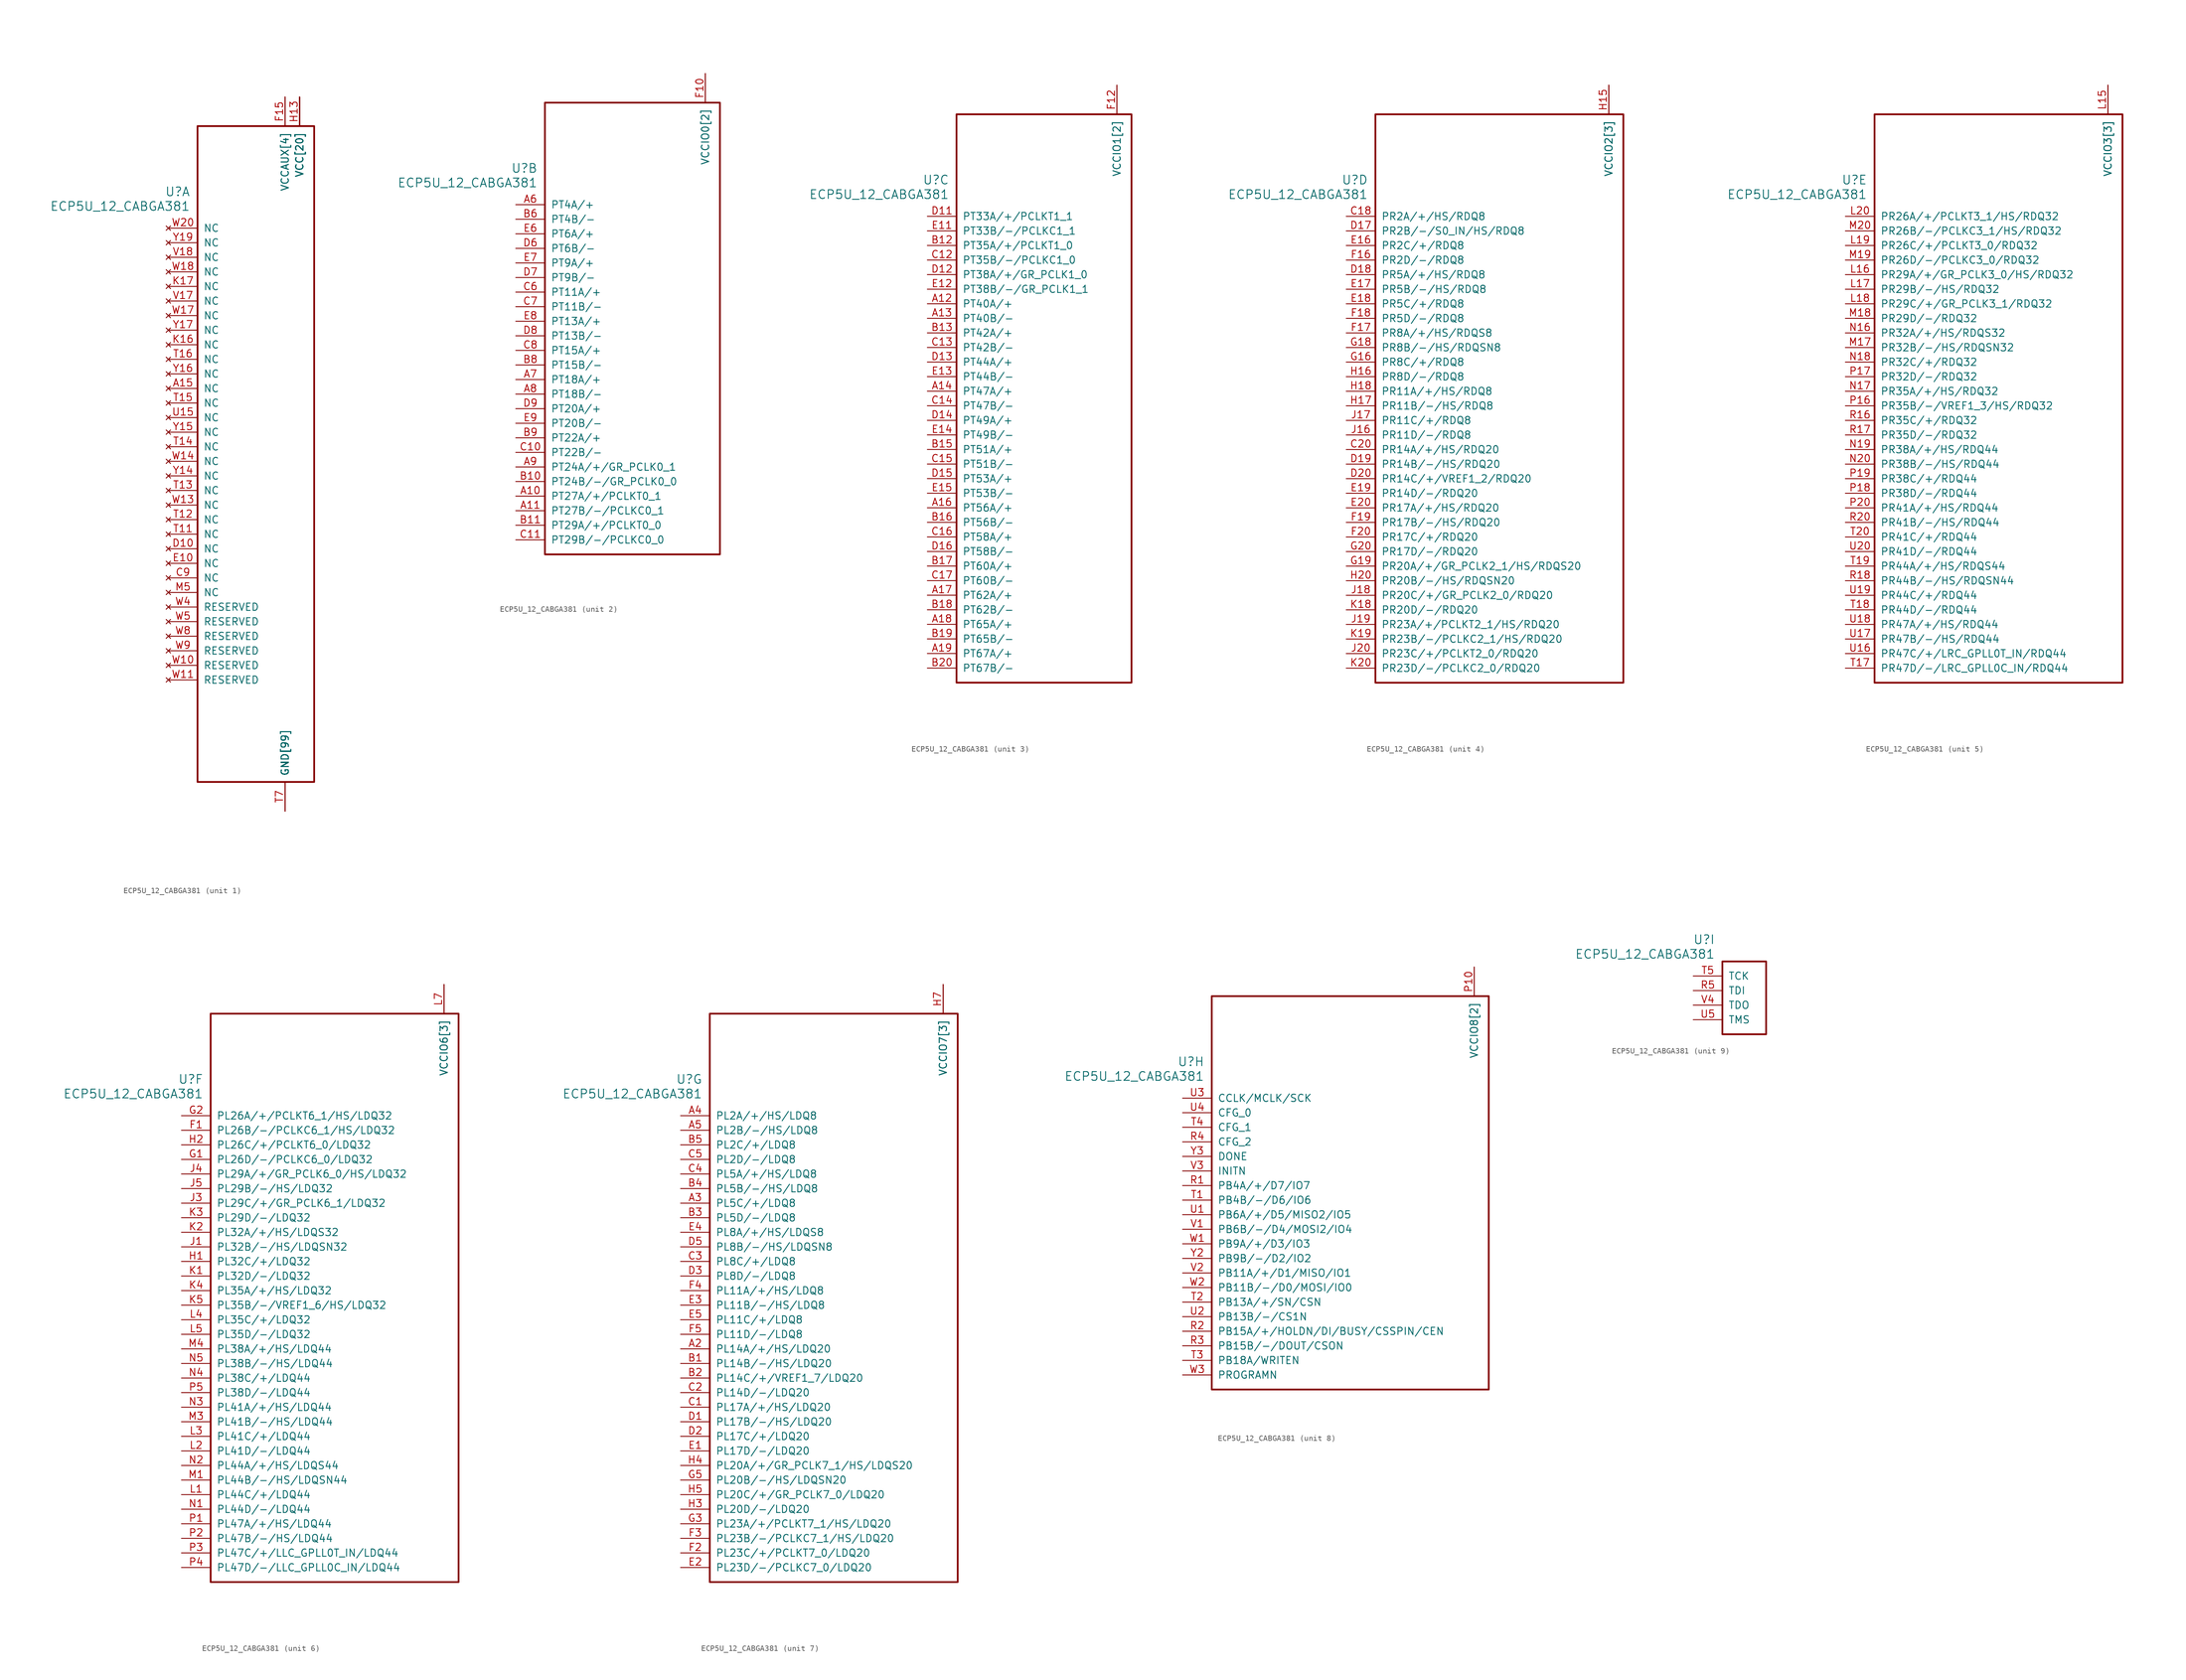
<source format=kicad_sym>
(kicad_symbol_lib
  (version 20211014)
  (generator kicad_symbol_editor)
  (symbol "ECP5U_12_CABGA381"
    (pin_names
      (offset 1.016))
    (property "Reference" "U"
      (at 3.81 6.35 0)
      (effects (font (size 1.524 1.524)) (justify right)))
    (property "Value" "ECP5U_12_CABGA381"
      (at 3.81 3.81 0)
      (effects (font (size 1.524 1.524)) (justify right)))
    (property "ki_locked" ""
      (at 0 0 0)
      (effects (font (size 1.27 1.27))))
    (symbol "ECP5U_12_CABGA381_1_1"
      (rectangle (start 5.08 17.78) (end 25.4 -96.52) (stroke (width 0.305) (type default) (color 0 0 0 0)) (fill (type none)))
      (pin no_connect line (at 0 -27.94 0) (length 5.08) (name "NC" (effects (font (size 1.27 1.27)))) (number "A15" (effects (font (size 1.27 1.27)))))
      (pin power_in line (at 20.32 -101.6 90) (length 5.08) (name "GND[99]" (effects (font (size 1.27 1.27)))) (number "B14" (effects (font (size 0 0)))))
      (pin power_in line (at 20.32 -101.6 90) (length 5.08) (name "GND[99]" (effects (font (size 1.27 1.27)))) (number "B7" (effects (font (size 0 0)))))
      (pin power_in line (at 20.32 -101.6 90) (length 5.08) (name "GND[99]" (effects (font (size 1.27 1.27)))) (number "C19" (effects (font (size 0 0)))))
      (pin no_connect line (at 0 -60.96 0) (length 5.08) (name "NC" (effects (font (size 1.27 1.27)))) (number "C9" (effects (font (size 1.27 1.27)))))
      (pin no_connect line (at 0 -55.88 0) (length 5.08) (name "NC" (effects (font (size 1.27 1.27)))) (number "D10" (effects (font (size 1.27 1.27)))))
      (pin power_in line (at 20.32 -101.6 90) (length 5.08) (name "GND[99]" (effects (font (size 1.27 1.27)))) (number "D4" (effects (font (size 0 0)))))
      (pin no_connect line (at 0 -58.42 0) (length 5.08) (name "NC" (effects (font (size 1.27 1.27)))) (number "E10" (effects (font (size 1.27 1.27)))))
      (pin power_in line (at 20.32 -101.6 90) (length 5.08) (name "GND[99]" (effects (font (size 1.27 1.27)))) (number "F13" (effects (font (size 0 0)))))
      (pin power_in line (at 20.32 -101.6 90) (length 5.08) (name "GND[99]" (effects (font (size 1.27 1.27)))) (number "F14" (effects (font (size 0 0)))))
      (pin power_in line (at 20.32 22.86 270) (length 5.08) (name "VCCAUX[4]" (effects (font (size 1.27 1.27)))) (number "F15" (effects (font (size 1.27 1.27)))))
      (pin power_in line (at 20.32 22.86 270) (length 5.08) (name "VCCAUX[4]" (effects (font (size 1.27 1.27)))) (number "F6" (effects (font (size 0 0)))))
      (pin power_in line (at 20.32 -101.6 90) (length 5.08) (name "GND[99]" (effects (font (size 1.27 1.27)))) (number "F7" (effects (font (size 0 0)))))
      (pin power_in line (at 20.32 -101.6 90) (length 5.08) (name "GND[99]" (effects (font (size 1.27 1.27)))) (number "F8" (effects (font (size 0 0)))))
      (pin power_in line (at 20.32 -101.6 90) (length 5.08) (name "GND[99]" (effects (font (size 1.27 1.27)))) (number "G10" (effects (font (size 0 0)))))
      (pin power_in line (at 20.32 -101.6 90) (length 5.08) (name "GND[99]" (effects (font (size 1.27 1.27)))) (number "G11" (effects (font (size 0 0)))))
      (pin power_in line (at 20.32 -101.6 90) (length 5.08) (name "GND[99]" (effects (font (size 1.27 1.27)))) (number "G12" (effects (font (size 0 0)))))
      (pin power_in line (at 20.32 -101.6 90) (length 5.08) (name "GND[99]" (effects (font (size 1.27 1.27)))) (number "G13" (effects (font (size 0 0)))))
      (pin power_in line (at 20.32 -101.6 90) (length 5.08) (name "GND[99]" (effects (font (size 1.27 1.27)))) (number "G14" (effects (font (size 0 0)))))
      (pin power_in line (at 20.32 -101.6 90) (length 5.08) (name "GND[99]" (effects (font (size 1.27 1.27)))) (number "G15" (effects (font (size 0 0)))))
      (pin power_in line (at 20.32 -101.6 90) (length 5.08) (name "GND[99]" (effects (font (size 1.27 1.27)))) (number "G17" (effects (font (size 0 0)))))
      (pin power_in line (at 20.32 -101.6 90) (length 5.08) (name "GND[99]" (effects (font (size 1.27 1.27)))) (number "G4" (effects (font (size 0 0)))))
      (pin power_in line (at 20.32 -101.6 90) (length 5.08) (name "GND[99]" (effects (font (size 1.27 1.27)))) (number "G6" (effects (font (size 0 0)))))
      (pin power_in line (at 20.32 -101.6 90) (length 5.08) (name "GND[99]" (effects (font (size 1.27 1.27)))) (number "G7" (effects (font (size 0 0)))))
      (pin power_in line (at 20.32 -101.6 90) (length 5.08) (name "GND[99]" (effects (font (size 1.27 1.27)))) (number "G8" (effects (font (size 0 0)))))
      (pin power_in line (at 20.32 -101.6 90) (length 5.08) (name "GND[99]" (effects (font (size 1.27 1.27)))) (number "G9" (effects (font (size 0 0)))))
      (pin power_in line (at 22.86 22.86 270) (length 5.08) (name "VCC[20]" (effects (font (size 1.27 1.27)))) (number "H10" (effects (font (size 0 0)))))
      (pin power_in line (at 22.86 22.86 270) (length 5.08) (name "VCC[20]" (effects (font (size 1.27 1.27)))) (number "H11" (effects (font (size 0 0)))))
      (pin power_in line (at 22.86 22.86 270) (length 5.08) (name "VCC[20]" (effects (font (size 1.27 1.27)))) (number "H12" (effects (font (size 0 0)))))
      (pin power_in line (at 22.86 22.86 270) (length 5.08) (name "VCC[20]" (effects (font (size 1.27 1.27)))) (number "H13" (effects (font (size 1.27 1.27)))))
      (pin power_in line (at 20.32 -101.6 90) (length 5.08) (name "GND[99]" (effects (font (size 1.27 1.27)))) (number "H19" (effects (font (size 0 0)))))
      (pin power_in line (at 22.86 22.86 270) (length 5.08) (name "VCC[20]" (effects (font (size 1.27 1.27)))) (number "H8" (effects (font (size 0 0)))))
      (pin power_in line (at 22.86 22.86 270) (length 5.08) (name "VCC[20]" (effects (font (size 1.27 1.27)))) (number "H9" (effects (font (size 0 0)))))
      (pin power_in line (at 20.32 -101.6 90) (length 5.08) (name "GND[99]" (effects (font (size 1.27 1.27)))) (number "J10" (effects (font (size 0 0)))))
      (pin power_in line (at 20.32 -101.6 90) (length 5.08) (name "GND[99]" (effects (font (size 1.27 1.27)))) (number "J11" (effects (font (size 0 0)))))
      (pin power_in line (at 20.32 -101.6 90) (length 5.08) (name "GND[99]" (effects (font (size 1.27 1.27)))) (number "J12" (effects (font (size 0 0)))))
      (pin power_in line (at 22.86 22.86 270) (length 5.08) (name "VCC[20]" (effects (font (size 1.27 1.27)))) (number "J13" (effects (font (size 0 0)))))
      (pin power_in line (at 20.32 -101.6 90) (length 5.08) (name "GND[99]" (effects (font (size 1.27 1.27)))) (number "J14" (effects (font (size 0 0)))))
      (pin power_in line (at 20.32 -101.6 90) (length 5.08) (name "GND[99]" (effects (font (size 1.27 1.27)))) (number "J2" (effects (font (size 0 0)))))
      (pin power_in line (at 20.32 -101.6 90) (length 5.08) (name "GND[99]" (effects (font (size 1.27 1.27)))) (number "J7" (effects (font (size 0 0)))))
      (pin power_in line (at 22.86 22.86 270) (length 5.08) (name "VCC[20]" (effects (font (size 1.27 1.27)))) (number "J8" (effects (font (size 0 0)))))
      (pin power_in line (at 20.32 -101.6 90) (length 5.08) (name "GND[99]" (effects (font (size 1.27 1.27)))) (number "J9" (effects (font (size 0 0)))))
      (pin power_in line (at 20.32 -101.6 90) (length 5.08) (name "GND[99]" (effects (font (size 1.27 1.27)))) (number "K10" (effects (font (size 0 0)))))
      (pin power_in line (at 20.32 -101.6 90) (length 5.08) (name "GND[99]" (effects (font (size 1.27 1.27)))) (number "K11" (effects (font (size 0 0)))))
      (pin power_in line (at 20.32 -101.6 90) (length 5.08) (name "GND[99]" (effects (font (size 1.27 1.27)))) (number "K12" (effects (font (size 0 0)))))
      (pin power_in line (at 22.86 22.86 270) (length 5.08) (name "VCC[20]" (effects (font (size 1.27 1.27)))) (number "K13" (effects (font (size 0 0)))))
      (pin power_in line (at 20.32 -101.6 90) (length 5.08) (name "GND[99]" (effects (font (size 1.27 1.27)))) (number "K14" (effects (font (size 0 0)))))
      (pin power_in line (at 20.32 -101.6 90) (length 5.08) (name "GND[99]" (effects (font (size 1.27 1.27)))) (number "K15" (effects (font (size 0 0)))))
      (pin no_connect line (at 0 -20.32 0) (length 5.08) (name "NC" (effects (font (size 1.27 1.27)))) (number "K16" (effects (font (size 1.27 1.27)))))
      (pin no_connect line (at 0 -10.16 0) (length 5.08) (name "NC" (effects (font (size 1.27 1.27)))) (number "K17" (effects (font (size 1.27 1.27)))))
      (pin power_in line (at 20.32 -101.6 90) (length 5.08) (name "GND[99]" (effects (font (size 1.27 1.27)))) (number "K6" (effects (font (size 0 0)))))
      (pin power_in line (at 20.32 -101.6 90) (length 5.08) (name "GND[99]" (effects (font (size 1.27 1.27)))) (number "K7" (effects (font (size 0 0)))))
      (pin power_in line (at 22.86 22.86 270) (length 5.08) (name "VCC[20]" (effects (font (size 1.27 1.27)))) (number "K8" (effects (font (size 0 0)))))
      (pin power_in line (at 20.32 -101.6 90) (length 5.08) (name "GND[99]" (effects (font (size 1.27 1.27)))) (number "K9" (effects (font (size 0 0)))))
      (pin power_in line (at 20.32 -101.6 90) (length 5.08) (name "GND[99]" (effects (font (size 1.27 1.27)))) (number "L10" (effects (font (size 0 0)))))
      (pin power_in line (at 20.32 -101.6 90) (length 5.08) (name "GND[99]" (effects (font (size 1.27 1.27)))) (number "L11" (effects (font (size 0 0)))))
      (pin power_in line (at 20.32 -101.6 90) (length 5.08) (name "GND[99]" (effects (font (size 1.27 1.27)))) (number "L12" (effects (font (size 0 0)))))
      (pin power_in line (at 22.86 22.86 270) (length 5.08) (name "VCC[20]" (effects (font (size 1.27 1.27)))) (number "L13" (effects (font (size 0 0)))))
      (pin power_in line (at 22.86 22.86 270) (length 5.08) (name "VCC[20]" (effects (font (size 1.27 1.27)))) (number "L8" (effects (font (size 0 0)))))
      (pin power_in line (at 20.32 -101.6 90) (length 5.08) (name "GND[99]" (effects (font (size 1.27 1.27)))) (number "L9" (effects (font (size 0 0)))))
      (pin power_in line (at 20.32 -101.6 90) (length 5.08) (name "GND[99]" (effects (font (size 1.27 1.27)))) (number "M10" (effects (font (size 0 0)))))
      (pin power_in line (at 20.32 -101.6 90) (length 5.08) (name "GND[99]" (effects (font (size 1.27 1.27)))) (number "M11" (effects (font (size 0 0)))))
      (pin power_in line (at 20.32 -101.6 90) (length 5.08) (name "GND[99]" (effects (font (size 1.27 1.27)))) (number "M12" (effects (font (size 0 0)))))
      (pin power_in line (at 22.86 22.86 270) (length 5.08) (name "VCC[20]" (effects (font (size 1.27 1.27)))) (number "M13" (effects (font (size 0 0)))))
      (pin power_in line (at 20.32 -101.6 90) (length 5.08) (name "GND[99]" (effects (font (size 1.27 1.27)))) (number "M14" (effects (font (size 0 0)))))
      (pin power_in line (at 20.32 -101.6 90) (length 5.08) (name "GND[99]" (effects (font (size 1.27 1.27)))) (number "M16" (effects (font (size 0 0)))))
      (pin power_in line (at 20.32 -101.6 90) (length 5.08) (name "GND[99]" (effects (font (size 1.27 1.27)))) (number "M2" (effects (font (size 0 0)))))
      (pin no_connect line (at 0 -63.5 0) (length 5.08) (name "NC" (effects (font (size 1.27 1.27)))) (number "M5" (effects (font (size 1.27 1.27)))))
      (pin power_in line (at 20.32 -101.6 90) (length 5.08) (name "GND[99]" (effects (font (size 1.27 1.27)))) (number "M7" (effects (font (size 0 0)))))
      (pin power_in line (at 22.86 22.86 270) (length 5.08) (name "VCC[20]" (effects (font (size 1.27 1.27)))) (number "M8" (effects (font (size 0 0)))))
      (pin power_in line (at 20.32 -101.6 90) (length 5.08) (name "GND[99]" (effects (font (size 1.27 1.27)))) (number "M9" (effects (font (size 0 0)))))
      (pin power_in line (at 22.86 22.86 270) (length 5.08) (name "VCC[20]" (effects (font (size 1.27 1.27)))) (number "N10" (effects (font (size 0 0)))))
      (pin power_in line (at 22.86 22.86 270) (length 5.08) (name "VCC[20]" (effects (font (size 1.27 1.27)))) (number "N11" (effects (font (size 0 0)))))
      (pin power_in line (at 22.86 22.86 270) (length 5.08) (name "VCC[20]" (effects (font (size 1.27 1.27)))) (number "N12" (effects (font (size 0 0)))))
      (pin power_in line (at 22.86 22.86 270) (length 5.08) (name "VCC[20]" (effects (font (size 1.27 1.27)))) (number "N13" (effects (font (size 0 0)))))
      (pin power_in line (at 20.32 -101.6 90) (length 5.08) (name "GND[99]" (effects (font (size 1.27 1.27)))) (number "N14" (effects (font (size 0 0)))))
      (pin power_in line (at 20.32 -101.6 90) (length 5.08) (name "GND[99]" (effects (font (size 1.27 1.27)))) (number "N15" (effects (font (size 0 0)))))
      (pin power_in line (at 20.32 -101.6 90) (length 5.08) (name "GND[99]" (effects (font (size 1.27 1.27)))) (number "N6" (effects (font (size 0 0)))))
      (pin power_in line (at 20.32 -101.6 90) (length 5.08) (name "GND[99]" (effects (font (size 1.27 1.27)))) (number "N7" (effects (font (size 0 0)))))
      (pin power_in line (at 22.86 22.86 270) (length 5.08) (name "VCC[20]" (effects (font (size 1.27 1.27)))) (number "N8" (effects (font (size 0 0)))))
      (pin power_in line (at 22.86 22.86 270) (length 5.08) (name "VCC[20]" (effects (font (size 1.27 1.27)))) (number "N9" (effects (font (size 0 0)))))
      (pin power_in line (at 20.32 -101.6 90) (length 5.08) (name "GND[99]" (effects (font (size 1.27 1.27)))) (number "P11" (effects (font (size 0 0)))))
      (pin power_in line (at 20.32 -101.6 90) (length 5.08) (name "GND[99]" (effects (font (size 1.27 1.27)))) (number "P12" (effects (font (size 0 0)))))
      (pin power_in line (at 20.32 -101.6 90) (length 5.08) (name "GND[99]" (effects (font (size 1.27 1.27)))) (number "P13" (effects (font (size 0 0)))))
      (pin power_in line (at 20.32 -101.6 90) (length 5.08) (name "GND[99]" (effects (font (size 1.27 1.27)))) (number "P14" (effects (font (size 0 0)))))
      (pin power_in line (at 20.32 22.86 270) (length 5.08) (name "VCCAUX[4]" (effects (font (size 1.27 1.27)))) (number "P15" (effects (font (size 0 0)))))
      (pin power_in line (at 20.32 22.86 270) (length 5.08) (name "VCCAUX[4]" (effects (font (size 1.27 1.27)))) (number "P6" (effects (font (size 0 0)))))
      (pin power_in line (at 20.32 -101.6 90) (length 5.08) (name "GND[99]" (effects (font (size 1.27 1.27)))) (number "P7" (effects (font (size 0 0)))))
      (pin power_in line (at 20.32 -101.6 90) (length 5.08) (name "GND[99]" (effects (font (size 1.27 1.27)))) (number "P8" (effects (font (size 0 0)))))
      (pin power_in line (at 20.32 -101.6 90) (length 5.08) (name "GND[99]" (effects (font (size 1.27 1.27)))) (number "R19" (effects (font (size 0 0)))))
      (pin power_in line (at 20.32 -101.6 90) (length 5.08) (name "GND[99]" (effects (font (size 1.27 1.27)))) (number "T10" (effects (font (size 0 0)))))
      (pin no_connect line (at 0 -53.34 0) (length 5.08) (name "NC" (effects (font (size 1.27 1.27)))) (number "T11" (effects (font (size 1.27 1.27)))))
      (pin no_connect line (at 0 -50.8 0) (length 5.08) (name "NC" (effects (font (size 1.27 1.27)))) (number "T12" (effects (font (size 1.27 1.27)))))
      (pin no_connect line (at 0 -45.72 0) (length 5.08) (name "NC" (effects (font (size 1.27 1.27)))) (number "T13" (effects (font (size 1.27 1.27)))))
      (pin no_connect line (at 0 -38.1 0) (length 5.08) (name "NC" (effects (font (size 1.27 1.27)))) (number "T14" (effects (font (size 1.27 1.27)))))
      (pin no_connect line (at 0 -30.48 0) (length 5.08) (name "NC" (effects (font (size 1.27 1.27)))) (number "T15" (effects (font (size 1.27 1.27)))))
      (pin no_connect line (at 0 -22.86 0) (length 5.08) (name "NC" (effects (font (size 1.27 1.27)))) (number "T16" (effects (font (size 1.27 1.27)))))
      (pin power_in line (at 20.32 -101.6 90) (length 5.08) (name "GND[99]" (effects (font (size 1.27 1.27)))) (number "T6" (effects (font (size 0 0)))))
      (pin power_in line (at 20.32 -101.6 90) (length 5.08) (name "GND[99]" (effects (font (size 1.27 1.27)))) (number "T7" (effects (font (size 1.27 1.27)))))
      (pin power_in line (at 20.32 -101.6 90) (length 5.08) (name "GND[99]" (effects (font (size 1.27 1.27)))) (number "T8" (effects (font (size 0 0)))))
      (pin power_in line (at 20.32 -101.6 90) (length 5.08) (name "GND[99]" (effects (font (size 1.27 1.27)))) (number "T9" (effects (font (size 0 0)))))
      (pin power_in line (at 20.32 -101.6 90) (length 5.08) (name "GND[99]" (effects (font (size 1.27 1.27)))) (number "U10" (effects (font (size 0 0)))))
      (pin power_in line (at 20.32 -101.6 90) (length 5.08) (name "GND[99]" (effects (font (size 1.27 1.27)))) (number "U11" (effects (font (size 0 0)))))
      (pin power_in line (at 20.32 -101.6 90) (length 5.08) (name "GND[99]" (effects (font (size 1.27 1.27)))) (number "U12" (effects (font (size 0 0)))))
      (pin power_in line (at 20.32 -101.6 90) (length 5.08) (name "GND[99]" (effects (font (size 1.27 1.27)))) (number "U13" (effects (font (size 0 0)))))
      (pin power_in line (at 20.32 -101.6 90) (length 5.08) (name "GND[99]" (effects (font (size 1.27 1.27)))) (number "U14" (effects (font (size 0 0)))))
      (pin no_connect line (at 0 -33.02 0) (length 5.08) (name "NC" (effects (font (size 1.27 1.27)))) (number "U15" (effects (font (size 1.27 1.27)))))
      (pin power_in line (at 20.32 -101.6 90) (length 5.08) (name "GND[99]" (effects (font (size 1.27 1.27)))) (number "U6" (effects (font (size 0 0)))))
      (pin power_in line (at 20.32 -101.6 90) (length 5.08) (name "GND[99]" (effects (font (size 1.27 1.27)))) (number "U7" (effects (font (size 0 0)))))
      (pin power_in line (at 20.32 -101.6 90) (length 5.08) (name "GND[99]" (effects (font (size 1.27 1.27)))) (number "U8" (effects (font (size 0 0)))))
      (pin power_in line (at 20.32 -101.6 90) (length 5.08) (name "GND[99]" (effects (font (size 1.27 1.27)))) (number "U9" (effects (font (size 0 0)))))
      (pin power_in line (at 20.32 -101.6 90) (length 5.08) (name "GND[99]" (effects (font (size 1.27 1.27)))) (number "V10" (effects (font (size 0 0)))))
      (pin power_in line (at 20.32 -101.6 90) (length 5.08) (name "GND[99]" (effects (font (size 1.27 1.27)))) (number "V11" (effects (font (size 0 0)))))
      (pin power_in line (at 20.32 -101.6 90) (length 5.08) (name "GND[99]" (effects (font (size 1.27 1.27)))) (number "V12" (effects (font (size 0 0)))))
      (pin power_in line (at 20.32 -101.6 90) (length 5.08) (name "GND[99]" (effects (font (size 1.27 1.27)))) (number "V13" (effects (font (size 0 0)))))
      (pin power_in line (at 20.32 -101.6 90) (length 5.08) (name "GND[99]" (effects (font (size 1.27 1.27)))) (number "V14" (effects (font (size 0 0)))))
      (pin power_in line (at 20.32 -101.6 90) (length 5.08) (name "GND[99]" (effects (font (size 1.27 1.27)))) (number "V15" (effects (font (size 0 0)))))
      (pin power_in line (at 20.32 -101.6 90) (length 5.08) (name "GND[99]" (effects (font (size 1.27 1.27)))) (number "V16" (effects (font (size 0 0)))))
      (pin no_connect line (at 0 -12.7 0) (length 5.08) (name "NC" (effects (font (size 1.27 1.27)))) (number "V17" (effects (font (size 1.27 1.27)))))
      (pin no_connect line (at 0 -5.08 0) (length 5.08) (name "NC" (effects (font (size 1.27 1.27)))) (number "V18" (effects (font (size 1.27 1.27)))))
      (pin power_in line (at 20.32 -101.6 90) (length 5.08) (name "GND[99]" (effects (font (size 1.27 1.27)))) (number "V19" (effects (font (size 0 0)))))
      (pin power_in line (at 20.32 -101.6 90) (length 5.08) (name "GND[99]" (effects (font (size 1.27 1.27)))) (number "V20" (effects (font (size 0 0)))))
      (pin power_in line (at 20.32 -101.6 90) (length 5.08) (name "GND[99]" (effects (font (size 1.27 1.27)))) (number "V5" (effects (font (size 0 0)))))
      (pin power_in line (at 20.32 -101.6 90) (length 5.08) (name "GND[99]" (effects (font (size 1.27 1.27)))) (number "V6" (effects (font (size 0 0)))))
      (pin power_in line (at 20.32 -101.6 90) (length 5.08) (name "GND[99]" (effects (font (size 1.27 1.27)))) (number "V7" (effects (font (size 0 0)))))
      (pin power_in line (at 20.32 -101.6 90) (length 5.08) (name "GND[99]" (effects (font (size 1.27 1.27)))) (number "V8" (effects (font (size 0 0)))))
      (pin power_in line (at 20.32 -101.6 90) (length 5.08) (name "GND[99]" (effects (font (size 1.27 1.27)))) (number "V9" (effects (font (size 0 0)))))
      (pin no_connect line (at 0 -76.2 0) (length 5.08) (name "RESERVED" (effects (font (size 1.27 1.27)))) (number "W10" (effects (font (size 1.27 1.27)))))
      (pin no_connect line (at 0 -78.74 0) (length 5.08) (name "RESERVED" (effects (font (size 1.27 1.27)))) (number "W11" (effects (font (size 1.27 1.27)))))
      (pin power_in line (at 20.32 -101.6 90) (length 5.08) (name "GND[99]" (effects (font (size 1.27 1.27)))) (number "W12" (effects (font (size 0 0)))))
      (pin no_connect line (at 0 -48.26 0) (length 5.08) (name "NC" (effects (font (size 1.27 1.27)))) (number "W13" (effects (font (size 1.27 1.27)))))
      (pin no_connect line (at 0 -40.64 0) (length 5.08) (name "NC" (effects (font (size 1.27 1.27)))) (number "W14" (effects (font (size 1.27 1.27)))))
      (pin power_in line (at 20.32 -101.6 90) (length 5.08) (name "GND[99]" (effects (font (size 1.27 1.27)))) (number "W15" (effects (font (size 0 0)))))
      (pin power_in line (at 20.32 -101.6 90) (length 5.08) (name "GND[99]" (effects (font (size 1.27 1.27)))) (number "W16" (effects (font (size 0 0)))))
      (pin no_connect line (at 0 -15.24 0) (length 5.08) (name "NC" (effects (font (size 1.27 1.27)))) (number "W17" (effects (font (size 1.27 1.27)))))
      (pin no_connect line (at 0 -7.62 0) (length 5.08) (name "NC" (effects (font (size 1.27 1.27)))) (number "W18" (effects (font (size 1.27 1.27)))))
      (pin power_in line (at 20.32 -101.6 90) (length 5.08) (name "GND[99]" (effects (font (size 1.27 1.27)))) (number "W19" (effects (font (size 0 0)))))
      (pin no_connect line (at 0 0 0) (length 5.08) (name "NC" (effects (font (size 1.27 1.27)))) (number "W20" (effects (font (size 1.27 1.27)))))
      (pin no_connect line (at 0 -66.04 0) (length 5.08) (name "RESERVED" (effects (font (size 1.27 1.27)))) (number "W4" (effects (font (size 1.27 1.27)))))
      (pin no_connect line (at 0 -68.58 0) (length 5.08) (name "RESERVED" (effects (font (size 1.27 1.27)))) (number "W5" (effects (font (size 1.27 1.27)))))
      (pin power_in line (at 20.32 -101.6 90) (length 5.08) (name "GND[99]" (effects (font (size 1.27 1.27)))) (number "W6" (effects (font (size 0 0)))))
      (pin power_in line (at 20.32 -101.6 90) (length 5.08) (name "GND[99]" (effects (font (size 1.27 1.27)))) (number "W7" (effects (font (size 0 0)))))
      (pin no_connect line (at 0 -71.12 0) (length 5.08) (name "RESERVED" (effects (font (size 1.27 1.27)))) (number "W8" (effects (font (size 1.27 1.27)))))
      (pin no_connect line (at 0 -73.66 0) (length 5.08) (name "RESERVED" (effects (font (size 1.27 1.27)))) (number "W9" (effects (font (size 1.27 1.27)))))
      (pin power_in line (at 20.32 -101.6 90) (length 5.08) (name "GND[99]" (effects (font (size 1.27 1.27)))) (number "Y11" (effects (font (size 0 0)))))
      (pin power_in line (at 20.32 -101.6 90) (length 5.08) (name "GND[99]" (effects (font (size 1.27 1.27)))) (number "Y12" (effects (font (size 0 0)))))
      (pin no_connect line (at 0 -43.18 0) (length 5.08) (name "NC" (effects (font (size 1.27 1.27)))) (number "Y14" (effects (font (size 1.27 1.27)))))
      (pin no_connect line (at 0 -35.56 0) (length 5.08) (name "NC" (effects (font (size 1.27 1.27)))) (number "Y15" (effects (font (size 1.27 1.27)))))
      (pin no_connect line (at 0 -25.4 0) (length 5.08) (name "NC" (effects (font (size 1.27 1.27)))) (number "Y16" (effects (font (size 1.27 1.27)))))
      (pin no_connect line (at 0 -17.78 0) (length 5.08) (name "NC" (effects (font (size 1.27 1.27)))) (number "Y17" (effects (font (size 1.27 1.27)))))
      (pin no_connect line (at 0 -2.54 0) (length 5.08) (name "NC" (effects (font (size 1.27 1.27)))) (number "Y19" (effects (font (size 1.27 1.27)))))
      (pin power_in line (at 20.32 -101.6 90) (length 5.08) (name "GND[99]" (effects (font (size 1.27 1.27)))) (number "Y5" (effects (font (size 0 0)))))
      (pin power_in line (at 20.32 -101.6 90) (length 5.08) (name "GND[99]" (effects (font (size 1.27 1.27)))) (number "Y6" (effects (font (size 0 0)))))
      (pin power_in line (at 20.32 -101.6 90) (length 5.08) (name "GND[99]" (effects (font (size 1.27 1.27)))) (number "Y7" (effects (font (size 0 0)))))
      (pin power_in line (at 20.32 -101.6 90) (length 5.08) (name "GND[99]" (effects (font (size 1.27 1.27)))) (number "Y8" (effects (font (size 0 0))))))
    (symbol "ECP5U_12_CABGA381_2_1"
      (rectangle (start 5.08 17.78) (end 35.56 -60.96) (stroke (width 0.305) (type default) (color 0 0 0 0)) (fill (type none)))
      (pin bidirectional line (at 0 -50.8 0) (length 5.08) (name "PT27A/+/PCLKT0_1" (effects (font (size 1.27 1.27)))) (number "A10" (effects (font (size 1.27 1.27)))))
      (pin bidirectional line (at 0 -53.34 0) (length 5.08) (name "PT27B/-/PCLKC0_1" (effects (font (size 1.27 1.27)))) (number "A11" (effects (font (size 1.27 1.27)))))
      (pin bidirectional line (at 0 0 0) (length 5.08) (name "PT4A/+" (effects (font (size 1.27 1.27)))) (number "A6" (effects (font (size 1.27 1.27)))))
      (pin bidirectional line (at 0 -30.48 0) (length 5.08) (name "PT18A/+" (effects (font (size 1.27 1.27)))) (number "A7" (effects (font (size 1.27 1.27)))))
      (pin bidirectional line (at 0 -33.02 0) (length 5.08) (name "PT18B/-" (effects (font (size 1.27 1.27)))) (number "A8" (effects (font (size 1.27 1.27)))))
      (pin bidirectional line (at 0 -45.72 0) (length 5.08) (name "PT24A/+/GR_PCLK0_1" (effects (font (size 1.27 1.27)))) (number "A9" (effects (font (size 1.27 1.27)))))
      (pin bidirectional line (at 0 -48.26 0) (length 5.08) (name "PT24B/-/GR_PCLK0_0" (effects (font (size 1.27 1.27)))) (number "B10" (effects (font (size 1.27 1.27)))))
      (pin bidirectional line (at 0 -55.88 0) (length 5.08) (name "PT29A/+/PCLKT0_0" (effects (font (size 1.27 1.27)))) (number "B11" (effects (font (size 1.27 1.27)))))
      (pin bidirectional line (at 0 -2.54 0) (length 5.08) (name "PT4B/-" (effects (font (size 1.27 1.27)))) (number "B6" (effects (font (size 1.27 1.27)))))
      (pin bidirectional line (at 0 -27.94 0) (length 5.08) (name "PT15B/-" (effects (font (size 1.27 1.27)))) (number "B8" (effects (font (size 1.27 1.27)))))
      (pin bidirectional line (at 0 -40.64 0) (length 5.08) (name "PT22A/+" (effects (font (size 1.27 1.27)))) (number "B9" (effects (font (size 1.27 1.27)))))
      (pin bidirectional line (at 0 -43.18 0) (length 5.08) (name "PT22B/-" (effects (font (size 1.27 1.27)))) (number "C10" (effects (font (size 1.27 1.27)))))
      (pin bidirectional line (at 0 -58.42 0) (length 5.08) (name "PT29B/-/PCLKC0_0" (effects (font (size 1.27 1.27)))) (number "C11" (effects (font (size 1.27 1.27)))))
      (pin bidirectional line (at 0 -15.24 0) (length 5.08) (name "PT11A/+" (effects (font (size 1.27 1.27)))) (number "C6" (effects (font (size 1.27 1.27)))))
      (pin bidirectional line (at 0 -17.78 0) (length 5.08) (name "PT11B/-" (effects (font (size 1.27 1.27)))) (number "C7" (effects (font (size 1.27 1.27)))))
      (pin bidirectional line (at 0 -25.4 0) (length 5.08) (name "PT15A/+" (effects (font (size 1.27 1.27)))) (number "C8" (effects (font (size 1.27 1.27)))))
      (pin bidirectional line (at 0 -7.62 0) (length 5.08) (name "PT6B/-" (effects (font (size 1.27 1.27)))) (number "D6" (effects (font (size 1.27 1.27)))))
      (pin bidirectional line (at 0 -12.7 0) (length 5.08) (name "PT9B/-" (effects (font (size 1.27 1.27)))) (number "D7" (effects (font (size 1.27 1.27)))))
      (pin bidirectional line (at 0 -22.86 0) (length 5.08) (name "PT13B/-" (effects (font (size 1.27 1.27)))) (number "D8" (effects (font (size 1.27 1.27)))))
      (pin bidirectional line (at 0 -35.56 0) (length 5.08) (name "PT20A/+" (effects (font (size 1.27 1.27)))) (number "D9" (effects (font (size 1.27 1.27)))))
      (pin bidirectional line (at 0 -5.08 0) (length 5.08) (name "PT6A/+" (effects (font (size 1.27 1.27)))) (number "E6" (effects (font (size 1.27 1.27)))))
      (pin bidirectional line (at 0 -10.16 0) (length 5.08) (name "PT9A/+" (effects (font (size 1.27 1.27)))) (number "E7" (effects (font (size 1.27 1.27)))))
      (pin bidirectional line (at 0 -20.32 0) (length 5.08) (name "PT13A/+" (effects (font (size 1.27 1.27)))) (number "E8" (effects (font (size 1.27 1.27)))))
      (pin bidirectional line (at 0 -38.1 0) (length 5.08) (name "PT20B/-" (effects (font (size 1.27 1.27)))) (number "E9" (effects (font (size 1.27 1.27)))))
      (pin power_in line (at 33.02 22.86 270) (length 5.08) (name "VCCIO0[2]" (effects (font (size 1.27 1.27)))) (number "F10" (effects (font (size 1.27 1.27)))))
      (pin power_in line (at 33.02 22.86 270) (length 5.08) (name "VCCIO0[2]" (effects (font (size 1.27 1.27)))) (number "F9" (effects (font (size 0 0))))))
    (symbol "ECP5U_12_CABGA381_3_1"
      (rectangle (start 5.08 17.78) (end 35.56 -81.28) (stroke (width 0.305) (type default) (color 0 0 0 0)) (fill (type none)))
      (pin bidirectional line (at 0 -15.24 0) (length 5.08) (name "PT40A/+" (effects (font (size 1.27 1.27)))) (number "A12" (effects (font (size 1.27 1.27)))))
      (pin bidirectional line (at 0 -17.78 0) (length 5.08) (name "PT40B/-" (effects (font (size 1.27 1.27)))) (number "A13" (effects (font (size 1.27 1.27)))))
      (pin bidirectional line (at 0 -30.48 0) (length 5.08) (name "PT47A/+" (effects (font (size 1.27 1.27)))) (number "A14" (effects (font (size 1.27 1.27)))))
      (pin bidirectional line (at 0 -50.8 0) (length 5.08) (name "PT56A/+" (effects (font (size 1.27 1.27)))) (number "A16" (effects (font (size 1.27 1.27)))))
      (pin bidirectional line (at 0 -66.04 0) (length 5.08) (name "PT62A/+" (effects (font (size 1.27 1.27)))) (number "A17" (effects (font (size 1.27 1.27)))))
      (pin bidirectional line (at 0 -71.12 0) (length 5.08) (name "PT65A/+" (effects (font (size 1.27 1.27)))) (number "A18" (effects (font (size 1.27 1.27)))))
      (pin bidirectional line (at 0 -76.2 0) (length 5.08) (name "PT67A/+" (effects (font (size 1.27 1.27)))) (number "A19" (effects (font (size 1.27 1.27)))))
      (pin bidirectional line (at 0 -5.08 0) (length 5.08) (name "PT35A/+/PCLKT1_0" (effects (font (size 1.27 1.27)))) (number "B12" (effects (font (size 1.27 1.27)))))
      (pin bidirectional line (at 0 -20.32 0) (length 5.08) (name "PT42A/+" (effects (font (size 1.27 1.27)))) (number "B13" (effects (font (size 1.27 1.27)))))
      (pin bidirectional line (at 0 -40.64 0) (length 5.08) (name "PT51A/+" (effects (font (size 1.27 1.27)))) (number "B15" (effects (font (size 1.27 1.27)))))
      (pin bidirectional line (at 0 -53.34 0) (length 5.08) (name "PT56B/-" (effects (font (size 1.27 1.27)))) (number "B16" (effects (font (size 1.27 1.27)))))
      (pin bidirectional line (at 0 -60.96 0) (length 5.08) (name "PT60A/+" (effects (font (size 1.27 1.27)))) (number "B17" (effects (font (size 1.27 1.27)))))
      (pin bidirectional line (at 0 -68.58 0) (length 5.08) (name "PT62B/-" (effects (font (size 1.27 1.27)))) (number "B18" (effects (font (size 1.27 1.27)))))
      (pin bidirectional line (at 0 -73.66 0) (length 5.08) (name "PT65B/-" (effects (font (size 1.27 1.27)))) (number "B19" (effects (font (size 1.27 1.27)))))
      (pin bidirectional line (at 0 -78.74 0) (length 5.08) (name "PT67B/-" (effects (font (size 1.27 1.27)))) (number "B20" (effects (font (size 1.27 1.27)))))
      (pin bidirectional line (at 0 -7.62 0) (length 5.08) (name "PT35B/-/PCLKC1_0" (effects (font (size 1.27 1.27)))) (number "C12" (effects (font (size 1.27 1.27)))))
      (pin bidirectional line (at 0 -22.86 0) (length 5.08) (name "PT42B/-" (effects (font (size 1.27 1.27)))) (number "C13" (effects (font (size 1.27 1.27)))))
      (pin bidirectional line (at 0 -33.02 0) (length 5.08) (name "PT47B/-" (effects (font (size 1.27 1.27)))) (number "C14" (effects (font (size 1.27 1.27)))))
      (pin bidirectional line (at 0 -43.18 0) (length 5.08) (name "PT51B/-" (effects (font (size 1.27 1.27)))) (number "C15" (effects (font (size 1.27 1.27)))))
      (pin bidirectional line (at 0 -55.88 0) (length 5.08) (name "PT58A/+" (effects (font (size 1.27 1.27)))) (number "C16" (effects (font (size 1.27 1.27)))))
      (pin bidirectional line (at 0 -63.5 0) (length 5.08) (name "PT60B/-" (effects (font (size 1.27 1.27)))) (number "C17" (effects (font (size 1.27 1.27)))))
      (pin bidirectional line (at 0 0 0) (length 5.08) (name "PT33A/+/PCLKT1_1" (effects (font (size 1.27 1.27)))) (number "D11" (effects (font (size 1.27 1.27)))))
      (pin bidirectional line (at 0 -10.16 0) (length 5.08) (name "PT38A/+/GR_PCLK1_0" (effects (font (size 1.27 1.27)))) (number "D12" (effects (font (size 1.27 1.27)))))
      (pin bidirectional line (at 0 -25.4 0) (length 5.08) (name "PT44A/+" (effects (font (size 1.27 1.27)))) (number "D13" (effects (font (size 1.27 1.27)))))
      (pin bidirectional line (at 0 -35.56 0) (length 5.08) (name "PT49A/+" (effects (font (size 1.27 1.27)))) (number "D14" (effects (font (size 1.27 1.27)))))
      (pin bidirectional line (at 0 -45.72 0) (length 5.08) (name "PT53A/+" (effects (font (size 1.27 1.27)))) (number "D15" (effects (font (size 1.27 1.27)))))
      (pin bidirectional line (at 0 -58.42 0) (length 5.08) (name "PT58B/-" (effects (font (size 1.27 1.27)))) (number "D16" (effects (font (size 1.27 1.27)))))
      (pin bidirectional line (at 0 -2.54 0) (length 5.08) (name "PT33B/-/PCLKC1_1" (effects (font (size 1.27 1.27)))) (number "E11" (effects (font (size 1.27 1.27)))))
      (pin bidirectional line (at 0 -12.7 0) (length 5.08) (name "PT38B/-/GR_PCLK1_1" (effects (font (size 1.27 1.27)))) (number "E12" (effects (font (size 1.27 1.27)))))
      (pin bidirectional line (at 0 -27.94 0) (length 5.08) (name "PT44B/-" (effects (font (size 1.27 1.27)))) (number "E13" (effects (font (size 1.27 1.27)))))
      (pin bidirectional line (at 0 -38.1 0) (length 5.08) (name "PT49B/-" (effects (font (size 1.27 1.27)))) (number "E14" (effects (font (size 1.27 1.27)))))
      (pin bidirectional line (at 0 -48.26 0) (length 5.08) (name "PT53B/-" (effects (font (size 1.27 1.27)))) (number "E15" (effects (font (size 1.27 1.27)))))
      (pin power_in line (at 33.02 22.86 270) (length 5.08) (name "VCCIO1[2]" (effects (font (size 1.27 1.27)))) (number "F11" (effects (font (size 0 0)))))
      (pin power_in line (at 33.02 22.86 270) (length 5.08) (name "VCCIO1[2]" (effects (font (size 1.27 1.27)))) (number "F12" (effects (font (size 1.27 1.27))))))
    (symbol "ECP5U_12_CABGA381_4_1"
      (rectangle (start 5.08 17.78) (end 48.26 -81.28) (stroke (width 0.305) (type default) (color 0 0 0 0)) (fill (type none)))
      (pin bidirectional line (at 0 0 0) (length 5.08) (name "PR2A/+/HS/RDQ8" (effects (font (size 1.27 1.27)))) (number "C18" (effects (font (size 1.27 1.27)))))
      (pin bidirectional line (at 0 -40.64 0) (length 5.08) (name "PR14A/+/HS/RDQ20" (effects (font (size 1.27 1.27)))) (number "C20" (effects (font (size 1.27 1.27)))))
      (pin bidirectional line (at 0 -2.54 0) (length 5.08) (name "PR2B/-/S0_IN/HS/RDQ8" (effects (font (size 1.27 1.27)))) (number "D17" (effects (font (size 1.27 1.27)))))
      (pin bidirectional line (at 0 -10.16 0) (length 5.08) (name "PR5A/+/HS/RDQ8" (effects (font (size 1.27 1.27)))) (number "D18" (effects (font (size 1.27 1.27)))))
      (pin bidirectional line (at 0 -43.18 0) (length 5.08) (name "PR14B/-/HS/RDQ20" (effects (font (size 1.27 1.27)))) (number "D19" (effects (font (size 1.27 1.27)))))
      (pin bidirectional line (at 0 -45.72 0) (length 5.08) (name "PR14C/+/VREF1_2/RDQ20" (effects (font (size 1.27 1.27)))) (number "D20" (effects (font (size 1.27 1.27)))))
      (pin bidirectional line (at 0 -5.08 0) (length 5.08) (name "PR2C/+/RDQ8" (effects (font (size 1.27 1.27)))) (number "E16" (effects (font (size 1.27 1.27)))))
      (pin bidirectional line (at 0 -12.7 0) (length 5.08) (name "PR5B/-/HS/RDQ8" (effects (font (size 1.27 1.27)))) (number "E17" (effects (font (size 1.27 1.27)))))
      (pin bidirectional line (at 0 -15.24 0) (length 5.08) (name "PR5C/+/RDQ8" (effects (font (size 1.27 1.27)))) (number "E18" (effects (font (size 1.27 1.27)))))
      (pin bidirectional line (at 0 -48.26 0) (length 5.08) (name "PR14D/-/RDQ20" (effects (font (size 1.27 1.27)))) (number "E19" (effects (font (size 1.27 1.27)))))
      (pin bidirectional line (at 0 -50.8 0) (length 5.08) (name "PR17A/+/HS/RDQ20" (effects (font (size 1.27 1.27)))) (number "E20" (effects (font (size 1.27 1.27)))))
      (pin bidirectional line (at 0 -7.62 0) (length 5.08) (name "PR2D/-/RDQ8" (effects (font (size 1.27 1.27)))) (number "F16" (effects (font (size 1.27 1.27)))))
      (pin bidirectional line (at 0 -20.32 0) (length 5.08) (name "PR8A/+/HS/RDQS8" (effects (font (size 1.27 1.27)))) (number "F17" (effects (font (size 1.27 1.27)))))
      (pin bidirectional line (at 0 -17.78 0) (length 5.08) (name "PR5D/-/RDQ8" (effects (font (size 1.27 1.27)))) (number "F18" (effects (font (size 1.27 1.27)))))
      (pin bidirectional line (at 0 -53.34 0) (length 5.08) (name "PR17B/-/HS/RDQ20" (effects (font (size 1.27 1.27)))) (number "F19" (effects (font (size 1.27 1.27)))))
      (pin bidirectional line (at 0 -55.88 0) (length 5.08) (name "PR17C/+/RDQ20" (effects (font (size 1.27 1.27)))) (number "F20" (effects (font (size 1.27 1.27)))))
      (pin bidirectional line (at 0 -25.4 0) (length 5.08) (name "PR8C/+/RDQ8" (effects (font (size 1.27 1.27)))) (number "G16" (effects (font (size 1.27 1.27)))))
      (pin bidirectional line (at 0 -22.86 0) (length 5.08) (name "PR8B/-/HS/RDQSN8" (effects (font (size 1.27 1.27)))) (number "G18" (effects (font (size 1.27 1.27)))))
      (pin bidirectional line (at 0 -60.96 0) (length 5.08) (name "PR20A/+/GR_PCLK2_1/HS/RDQS20" (effects (font (size 1.27 1.27)))) (number "G19" (effects (font (size 1.27 1.27)))))
      (pin bidirectional line (at 0 -58.42 0) (length 5.08) (name "PR17D/-/RDQ20" (effects (font (size 1.27 1.27)))) (number "G20" (effects (font (size 1.27 1.27)))))
      (pin power_in line (at 45.72 22.86 270) (length 5.08) (name "VCCIO2[3]" (effects (font (size 1.27 1.27)))) (number "H14" (effects (font (size 0 0)))))
      (pin power_in line (at 45.72 22.86 270) (length 5.08) (name "VCCIO2[3]" (effects (font (size 1.27 1.27)))) (number "H15" (effects (font (size 1.27 1.27)))))
      (pin bidirectional line (at 0 -27.94 0) (length 5.08) (name "PR8D/-/RDQ8" (effects (font (size 1.27 1.27)))) (number "H16" (effects (font (size 1.27 1.27)))))
      (pin bidirectional line (at 0 -33.02 0) (length 5.08) (name "PR11B/-/HS/RDQ8" (effects (font (size 1.27 1.27)))) (number "H17" (effects (font (size 1.27 1.27)))))
      (pin bidirectional line (at 0 -30.48 0) (length 5.08) (name "PR11A/+/HS/RDQ8" (effects (font (size 1.27 1.27)))) (number "H18" (effects (font (size 1.27 1.27)))))
      (pin bidirectional line (at 0 -63.5 0) (length 5.08) (name "PR20B/-/HS/RDQSN20" (effects (font (size 1.27 1.27)))) (number "H20" (effects (font (size 1.27 1.27)))))
      (pin power_in line (at 45.72 22.86 270) (length 5.08) (name "VCCIO2[3]" (effects (font (size 1.27 1.27)))) (number "J15" (effects (font (size 0 0)))))
      (pin bidirectional line (at 0 -38.1 0) (length 5.08) (name "PR11D/-/RDQ8" (effects (font (size 1.27 1.27)))) (number "J16" (effects (font (size 1.27 1.27)))))
      (pin bidirectional line (at 0 -35.56 0) (length 5.08) (name "PR11C/+/RDQ8" (effects (font (size 1.27 1.27)))) (number "J17" (effects (font (size 1.27 1.27)))))
      (pin bidirectional line (at 0 -66.04 0) (length 5.08) (name "PR20C/+/GR_PCLK2_0/RDQ20" (effects (font (size 1.27 1.27)))) (number "J18" (effects (font (size 1.27 1.27)))))
      (pin bidirectional line (at 0 -71.12 0) (length 5.08) (name "PR23A/+/PCLKT2_1/HS/RDQ20" (effects (font (size 1.27 1.27)))) (number "J19" (effects (font (size 1.27 1.27)))))
      (pin bidirectional line (at 0 -76.2 0) (length 5.08) (name "PR23C/+/PCLKT2_0/RDQ20" (effects (font (size 1.27 1.27)))) (number "J20" (effects (font (size 1.27 1.27)))))
      (pin bidirectional line (at 0 -68.58 0) (length 5.08) (name "PR20D/-/RDQ20" (effects (font (size 1.27 1.27)))) (number "K18" (effects (font (size 1.27 1.27)))))
      (pin bidirectional line (at 0 -73.66 0) (length 5.08) (name "PR23B/-/PCLKC2_1/HS/RDQ20" (effects (font (size 1.27 1.27)))) (number "K19" (effects (font (size 1.27 1.27)))))
      (pin bidirectional line (at 0 -78.74 0) (length 5.08) (name "PR23D/-/PCLKC2_0/RDQ20" (effects (font (size 1.27 1.27)))) (number "K20" (effects (font (size 1.27 1.27))))))
    (symbol "ECP5U_12_CABGA381_5_1"
      (rectangle (start 5.08 17.78) (end 48.26 -81.28) (stroke (width 0.305) (type default) (color 0 0 0 0)) (fill (type none)))
      (pin power_in line (at 45.72 22.86 270) (length 5.08) (name "VCCIO3[3]" (effects (font (size 1.27 1.27)))) (number "L14" (effects (font (size 0 0)))))
      (pin power_in line (at 45.72 22.86 270) (length 5.08) (name "VCCIO3[3]" (effects (font (size 1.27 1.27)))) (number "L15" (effects (font (size 1.27 1.27)))))
      (pin bidirectional line (at 0 -10.16 0) (length 5.08) (name "PR29A/+/GR_PCLK3_0/HS/RDQ32" (effects (font (size 1.27 1.27)))) (number "L16" (effects (font (size 1.27 1.27)))))
      (pin bidirectional line (at 0 -12.7 0) (length 5.08) (name "PR29B/-/HS/RDQ32" (effects (font (size 1.27 1.27)))) (number "L17" (effects (font (size 1.27 1.27)))))
      (pin bidirectional line (at 0 -15.24 0) (length 5.08) (name "PR29C/+/GR_PCLK3_1/RDQ32" (effects (font (size 1.27 1.27)))) (number "L18" (effects (font (size 1.27 1.27)))))
      (pin bidirectional line (at 0 -5.08 0) (length 5.08) (name "PR26C/+/PCLKT3_0/RDQ32" (effects (font (size 1.27 1.27)))) (number "L19" (effects (font (size 1.27 1.27)))))
      (pin bidirectional line (at 0 0 0) (length 5.08) (name "PR26A/+/PCLKT3_1/HS/RDQ32" (effects (font (size 1.27 1.27)))) (number "L20" (effects (font (size 1.27 1.27)))))
      (pin power_in line (at 45.72 22.86 270) (length 5.08) (name "VCCIO3[3]" (effects (font (size 1.27 1.27)))) (number "M15" (effects (font (size 0 0)))))
      (pin bidirectional line (at 0 -22.86 0) (length 5.08) (name "PR32B/-/HS/RDQSN32" (effects (font (size 1.27 1.27)))) (number "M17" (effects (font (size 1.27 1.27)))))
      (pin bidirectional line (at 0 -17.78 0) (length 5.08) (name "PR29D/-/RDQ32" (effects (font (size 1.27 1.27)))) (number "M18" (effects (font (size 1.27 1.27)))))
      (pin bidirectional line (at 0 -7.62 0) (length 5.08) (name "PR26D/-/PCLKC3_0/RDQ32" (effects (font (size 1.27 1.27)))) (number "M19" (effects (font (size 1.27 1.27)))))
      (pin bidirectional line (at 0 -2.54 0) (length 5.08) (name "PR26B/-/PCLKC3_1/HS/RDQ32" (effects (font (size 1.27 1.27)))) (number "M20" (effects (font (size 1.27 1.27)))))
      (pin bidirectional line (at 0 -20.32 0) (length 5.08) (name "PR32A/+/HS/RDQS32" (effects (font (size 1.27 1.27)))) (number "N16" (effects (font (size 1.27 1.27)))))
      (pin bidirectional line (at 0 -30.48 0) (length 5.08) (name "PR35A/+/HS/RDQ32" (effects (font (size 1.27 1.27)))) (number "N17" (effects (font (size 1.27 1.27)))))
      (pin bidirectional line (at 0 -25.4 0) (length 5.08) (name "PR32C/+/RDQ32" (effects (font (size 1.27 1.27)))) (number "N18" (effects (font (size 1.27 1.27)))))
      (pin bidirectional line (at 0 -40.64 0) (length 5.08) (name "PR38A/+/HS/RDQ44" (effects (font (size 1.27 1.27)))) (number "N19" (effects (font (size 1.27 1.27)))))
      (pin bidirectional line (at 0 -43.18 0) (length 5.08) (name "PR38B/-/HS/RDQ44" (effects (font (size 1.27 1.27)))) (number "N20" (effects (font (size 1.27 1.27)))))
      (pin bidirectional line (at 0 -33.02 0) (length 5.08) (name "PR35B/-/VREF1_3/HS/RDQ32" (effects (font (size 1.27 1.27)))) (number "P16" (effects (font (size 1.27 1.27)))))
      (pin bidirectional line (at 0 -27.94 0) (length 5.08) (name "PR32D/-/RDQ32" (effects (font (size 1.27 1.27)))) (number "P17" (effects (font (size 1.27 1.27)))))
      (pin bidirectional line (at 0 -48.26 0) (length 5.08) (name "PR38D/-/RDQ44" (effects (font (size 1.27 1.27)))) (number "P18" (effects (font (size 1.27 1.27)))))
      (pin bidirectional line (at 0 -45.72 0) (length 5.08) (name "PR38C/+/RDQ44" (effects (font (size 1.27 1.27)))) (number "P19" (effects (font (size 1.27 1.27)))))
      (pin bidirectional line (at 0 -50.8 0) (length 5.08) (name "PR41A/+/HS/RDQ44" (effects (font (size 1.27 1.27)))) (number "P20" (effects (font (size 1.27 1.27)))))
      (pin bidirectional line (at 0 -35.56 0) (length 5.08) (name "PR35C/+/RDQ32" (effects (font (size 1.27 1.27)))) (number "R16" (effects (font (size 1.27 1.27)))))
      (pin bidirectional line (at 0 -38.1 0) (length 5.08) (name "PR35D/-/RDQ32" (effects (font (size 1.27 1.27)))) (number "R17" (effects (font (size 1.27 1.27)))))
      (pin bidirectional line (at 0 -63.5 0) (length 5.08) (name "PR44B/-/HS/RDQSN44" (effects (font (size 1.27 1.27)))) (number "R18" (effects (font (size 1.27 1.27)))))
      (pin bidirectional line (at 0 -53.34 0) (length 5.08) (name "PR41B/-/HS/RDQ44" (effects (font (size 1.27 1.27)))) (number "R20" (effects (font (size 1.27 1.27)))))
      (pin bidirectional line (at 0 -78.74 0) (length 5.08) (name "PR47D/-/LRC_GPLL0C_IN/RDQ44" (effects (font (size 1.27 1.27)))) (number "T17" (effects (font (size 1.27 1.27)))))
      (pin bidirectional line (at 0 -68.58 0) (length 5.08) (name "PR44D/-/RDQ44" (effects (font (size 1.27 1.27)))) (number "T18" (effects (font (size 1.27 1.27)))))
      (pin bidirectional line (at 0 -60.96 0) (length 5.08) (name "PR44A/+/HS/RDQS44" (effects (font (size 1.27 1.27)))) (number "T19" (effects (font (size 1.27 1.27)))))
      (pin bidirectional line (at 0 -55.88 0) (length 5.08) (name "PR41C/+/RDQ44" (effects (font (size 1.27 1.27)))) (number "T20" (effects (font (size 1.27 1.27)))))
      (pin bidirectional line (at 0 -76.2 0) (length 5.08) (name "PR47C/+/LRC_GPLL0T_IN/RDQ44" (effects (font (size 1.27 1.27)))) (number "U16" (effects (font (size 1.27 1.27)))))
      (pin bidirectional line (at 0 -73.66 0) (length 5.08) (name "PR47B/-/HS/RDQ44" (effects (font (size 1.27 1.27)))) (number "U17" (effects (font (size 1.27 1.27)))))
      (pin bidirectional line (at 0 -71.12 0) (length 5.08) (name "PR47A/+/HS/RDQ44" (effects (font (size 1.27 1.27)))) (number "U18" (effects (font (size 1.27 1.27)))))
      (pin bidirectional line (at 0 -66.04 0) (length 5.08) (name "PR44C/+/RDQ44" (effects (font (size 1.27 1.27)))) (number "U19" (effects (font (size 1.27 1.27)))))
      (pin bidirectional line (at 0 -58.42 0) (length 5.08) (name "PR41D/-/RDQ44" (effects (font (size 1.27 1.27)))) (number "U20" (effects (font (size 1.27 1.27))))))
    (symbol "ECP5U_12_CABGA381_6_1"
      (rectangle (start 5.08 17.78) (end 48.26 -81.28) (stroke (width 0.305) (type default) (color 0 0 0 0)) (fill (type none)))
      (pin bidirectional line (at 0 -2.54 0) (length 5.08) (name "PL26B/-/PCLKC6_1/HS/LDQ32" (effects (font (size 1.27 1.27)))) (number "F1" (effects (font (size 1.27 1.27)))))
      (pin bidirectional line (at 0 -7.62 0) (length 5.08) (name "PL26D/-/PCLKC6_0/LDQ32" (effects (font (size 1.27 1.27)))) (number "G1" (effects (font (size 1.27 1.27)))))
      (pin bidirectional line (at 0 0 0) (length 5.08) (name "PL26A/+/PCLKT6_1/HS/LDQ32" (effects (font (size 1.27 1.27)))) (number "G2" (effects (font (size 1.27 1.27)))))
      (pin bidirectional line (at 0 -25.4 0) (length 5.08) (name "PL32C/+/LDQ32" (effects (font (size 1.27 1.27)))) (number "H1" (effects (font (size 1.27 1.27)))))
      (pin bidirectional line (at 0 -5.08 0) (length 5.08) (name "PL26C/+/PCLKT6_0/LDQ32" (effects (font (size 1.27 1.27)))) (number "H2" (effects (font (size 1.27 1.27)))))
      (pin bidirectional line (at 0 -22.86 0) (length 5.08) (name "PL32B/-/HS/LDQSN32" (effects (font (size 1.27 1.27)))) (number "J1" (effects (font (size 1.27 1.27)))))
      (pin bidirectional line (at 0 -15.24 0) (length 5.08) (name "PL29C/+/GR_PCLK6_1/LDQ32" (effects (font (size 1.27 1.27)))) (number "J3" (effects (font (size 1.27 1.27)))))
      (pin bidirectional line (at 0 -10.16 0) (length 5.08) (name "PL29A/+/GR_PCLK6_0/HS/LDQ32" (effects (font (size 1.27 1.27)))) (number "J4" (effects (font (size 1.27 1.27)))))
      (pin bidirectional line (at 0 -12.7 0) (length 5.08) (name "PL29B/-/HS/LDQ32" (effects (font (size 1.27 1.27)))) (number "J5" (effects (font (size 1.27 1.27)))))
      (pin bidirectional line (at 0 -27.94 0) (length 5.08) (name "PL32D/-/LDQ32" (effects (font (size 1.27 1.27)))) (number "K1" (effects (font (size 1.27 1.27)))))
      (pin bidirectional line (at 0 -20.32 0) (length 5.08) (name "PL32A/+/HS/LDQS32" (effects (font (size 1.27 1.27)))) (number "K2" (effects (font (size 1.27 1.27)))))
      (pin bidirectional line (at 0 -17.78 0) (length 5.08) (name "PL29D/-/LDQ32" (effects (font (size 1.27 1.27)))) (number "K3" (effects (font (size 1.27 1.27)))))
      (pin bidirectional line (at 0 -30.48 0) (length 5.08) (name "PL35A/+/HS/LDQ32" (effects (font (size 1.27 1.27)))) (number "K4" (effects (font (size 1.27 1.27)))))
      (pin bidirectional line (at 0 -33.02 0) (length 5.08) (name "PL35B/-/VREF1_6/HS/LDQ32" (effects (font (size 1.27 1.27)))) (number "K5" (effects (font (size 1.27 1.27)))))
      (pin bidirectional line (at 0 -66.04 0) (length 5.08) (name "PL44C/+/LDQ44" (effects (font (size 1.27 1.27)))) (number "L1" (effects (font (size 1.27 1.27)))))
      (pin bidirectional line (at 0 -58.42 0) (length 5.08) (name "PL41D/-/LDQ44" (effects (font (size 1.27 1.27)))) (number "L2" (effects (font (size 1.27 1.27)))))
      (pin bidirectional line (at 0 -55.88 0) (length 5.08) (name "PL41C/+/LDQ44" (effects (font (size 1.27 1.27)))) (number "L3" (effects (font (size 1.27 1.27)))))
      (pin bidirectional line (at 0 -35.56 0) (length 5.08) (name "PL35C/+/LDQ32" (effects (font (size 1.27 1.27)))) (number "L4" (effects (font (size 1.27 1.27)))))
      (pin bidirectional line (at 0 -38.1 0) (length 5.08) (name "PL35D/-/LDQ32" (effects (font (size 1.27 1.27)))) (number "L5" (effects (font (size 1.27 1.27)))))
      (pin power_in line (at 45.72 22.86 270) (length 5.08) (name "VCCIO6[3]" (effects (font (size 1.27 1.27)))) (number "L6" (effects (font (size 0 0)))))
      (pin power_in line (at 45.72 22.86 270) (length 5.08) (name "VCCIO6[3]" (effects (font (size 1.27 1.27)))) (number "L7" (effects (font (size 1.27 1.27)))))
      (pin bidirectional line (at 0 -63.5 0) (length 5.08) (name "PL44B/-/HS/LDQSN44" (effects (font (size 1.27 1.27)))) (number "M1" (effects (font (size 1.27 1.27)))))
      (pin bidirectional line (at 0 -53.34 0) (length 5.08) (name "PL41B/-/HS/LDQ44" (effects (font (size 1.27 1.27)))) (number "M3" (effects (font (size 1.27 1.27)))))
      (pin bidirectional line (at 0 -40.64 0) (length 5.08) (name "PL38A/+/HS/LDQ44" (effects (font (size 1.27 1.27)))) (number "M4" (effects (font (size 1.27 1.27)))))
      (pin power_in line (at 45.72 22.86 270) (length 5.08) (name "VCCIO6[3]" (effects (font (size 1.27 1.27)))) (number "M6" (effects (font (size 0 0)))))
      (pin bidirectional line (at 0 -68.58 0) (length 5.08) (name "PL44D/-/LDQ44" (effects (font (size 1.27 1.27)))) (number "N1" (effects (font (size 1.27 1.27)))))
      (pin bidirectional line (at 0 -60.96 0) (length 5.08) (name "PL44A/+/HS/LDQS44" (effects (font (size 1.27 1.27)))) (number "N2" (effects (font (size 1.27 1.27)))))
      (pin bidirectional line (at 0 -50.8 0) (length 5.08) (name "PL41A/+/HS/LDQ44" (effects (font (size 1.27 1.27)))) (number "N3" (effects (font (size 1.27 1.27)))))
      (pin bidirectional line (at 0 -45.72 0) (length 5.08) (name "PL38C/+/LDQ44" (effects (font (size 1.27 1.27)))) (number "N4" (effects (font (size 1.27 1.27)))))
      (pin bidirectional line (at 0 -43.18 0) (length 5.08) (name "PL38B/-/HS/LDQ44" (effects (font (size 1.27 1.27)))) (number "N5" (effects (font (size 1.27 1.27)))))
      (pin bidirectional line (at 0 -71.12 0) (length 5.08) (name "PL47A/+/HS/LDQ44" (effects (font (size 1.27 1.27)))) (number "P1" (effects (font (size 1.27 1.27)))))
      (pin bidirectional line (at 0 -73.66 0) (length 5.08) (name "PL47B/-/HS/LDQ44" (effects (font (size 1.27 1.27)))) (number "P2" (effects (font (size 1.27 1.27)))))
      (pin bidirectional line (at 0 -76.2 0) (length 5.08) (name "PL47C/+/LLC_GPLL0T_IN/LDQ44" (effects (font (size 1.27 1.27)))) (number "P3" (effects (font (size 1.27 1.27)))))
      (pin bidirectional line (at 0 -78.74 0) (length 5.08) (name "PL47D/-/LLC_GPLL0C_IN/LDQ44" (effects (font (size 1.27 1.27)))) (number "P4" (effects (font (size 1.27 1.27)))))
      (pin bidirectional line (at 0 -48.26 0) (length 5.08) (name "PL38D/-/LDQ44" (effects (font (size 1.27 1.27)))) (number "P5" (effects (font (size 1.27 1.27))))))
    (symbol "ECP5U_12_CABGA381_7_1"
      (rectangle (start 5.08 17.78) (end 48.26 -81.28) (stroke (width 0.305) (type default) (color 0 0 0 0)) (fill (type none)))
      (pin bidirectional line (at 0 -40.64 0) (length 5.08) (name "PL14A/+/HS/LDQ20" (effects (font (size 1.27 1.27)))) (number "A2" (effects (font (size 1.27 1.27)))))
      (pin bidirectional line (at 0 -15.24 0) (length 5.08) (name "PL5C/+/LDQ8" (effects (font (size 1.27 1.27)))) (number "A3" (effects (font (size 1.27 1.27)))))
      (pin bidirectional line (at 0 0 0) (length 5.08) (name "PL2A/+/HS/LDQ8" (effects (font (size 1.27 1.27)))) (number "A4" (effects (font (size 1.27 1.27)))))
      (pin bidirectional line (at 0 -2.54 0) (length 5.08) (name "PL2B/-/HS/LDQ8" (effects (font (size 1.27 1.27)))) (number "A5" (effects (font (size 1.27 1.27)))))
      (pin bidirectional line (at 0 -43.18 0) (length 5.08) (name "PL14B/-/HS/LDQ20" (effects (font (size 1.27 1.27)))) (number "B1" (effects (font (size 1.27 1.27)))))
      (pin bidirectional line (at 0 -45.72 0) (length 5.08) (name "PL14C/+/VREF1_7/LDQ20" (effects (font (size 1.27 1.27)))) (number "B2" (effects (font (size 1.27 1.27)))))
      (pin bidirectional line (at 0 -17.78 0) (length 5.08) (name "PL5D/-/LDQ8" (effects (font (size 1.27 1.27)))) (number "B3" (effects (font (size 1.27 1.27)))))
      (pin bidirectional line (at 0 -12.7 0) (length 5.08) (name "PL5B/-/HS/LDQ8" (effects (font (size 1.27 1.27)))) (number "B4" (effects (font (size 1.27 1.27)))))
      (pin bidirectional line (at 0 -5.08 0) (length 5.08) (name "PL2C/+/LDQ8" (effects (font (size 1.27 1.27)))) (number "B5" (effects (font (size 1.27 1.27)))))
      (pin bidirectional line (at 0 -50.8 0) (length 5.08) (name "PL17A/+/HS/LDQ20" (effects (font (size 1.27 1.27)))) (number "C1" (effects (font (size 1.27 1.27)))))
      (pin bidirectional line (at 0 -48.26 0) (length 5.08) (name "PL14D/-/LDQ20" (effects (font (size 1.27 1.27)))) (number "C2" (effects (font (size 1.27 1.27)))))
      (pin bidirectional line (at 0 -25.4 0) (length 5.08) (name "PL8C/+/LDQ8" (effects (font (size 1.27 1.27)))) (number "C3" (effects (font (size 1.27 1.27)))))
      (pin bidirectional line (at 0 -10.16 0) (length 5.08) (name "PL5A/+/HS/LDQ8" (effects (font (size 1.27 1.27)))) (number "C4" (effects (font (size 1.27 1.27)))))
      (pin bidirectional line (at 0 -7.62 0) (length 5.08) (name "PL2D/-/LDQ8" (effects (font (size 1.27 1.27)))) (number "C5" (effects (font (size 1.27 1.27)))))
      (pin bidirectional line (at 0 -53.34 0) (length 5.08) (name "PL17B/-/HS/LDQ20" (effects (font (size 1.27 1.27)))) (number "D1" (effects (font (size 1.27 1.27)))))
      (pin bidirectional line (at 0 -55.88 0) (length 5.08) (name "PL17C/+/LDQ20" (effects (font (size 1.27 1.27)))) (number "D2" (effects (font (size 1.27 1.27)))))
      (pin bidirectional line (at 0 -27.94 0) (length 5.08) (name "PL8D/-/LDQ8" (effects (font (size 1.27 1.27)))) (number "D3" (effects (font (size 1.27 1.27)))))
      (pin bidirectional line (at 0 -22.86 0) (length 5.08) (name "PL8B/-/HS/LDQSN8" (effects (font (size 1.27 1.27)))) (number "D5" (effects (font (size 1.27 1.27)))))
      (pin bidirectional line (at 0 -58.42 0) (length 5.08) (name "PL17D/-/LDQ20" (effects (font (size 1.27 1.27)))) (number "E1" (effects (font (size 1.27 1.27)))))
      (pin bidirectional line (at 0 -78.74 0) (length 5.08) (name "PL23D/-/PCLKC7_0/LDQ20" (effects (font (size 1.27 1.27)))) (number "E2" (effects (font (size 1.27 1.27)))))
      (pin bidirectional line (at 0 -33.02 0) (length 5.08) (name "PL11B/-/HS/LDQ8" (effects (font (size 1.27 1.27)))) (number "E3" (effects (font (size 1.27 1.27)))))
      (pin bidirectional line (at 0 -20.32 0) (length 5.08) (name "PL8A/+/HS/LDQS8" (effects (font (size 1.27 1.27)))) (number "E4" (effects (font (size 1.27 1.27)))))
      (pin bidirectional line (at 0 -35.56 0) (length 5.08) (name "PL11C/+/LDQ8" (effects (font (size 1.27 1.27)))) (number "E5" (effects (font (size 1.27 1.27)))))
      (pin bidirectional line (at 0 -76.2 0) (length 5.08) (name "PL23C/+/PCLKT7_0/LDQ20" (effects (font (size 1.27 1.27)))) (number "F2" (effects (font (size 1.27 1.27)))))
      (pin bidirectional line (at 0 -73.66 0) (length 5.08) (name "PL23B/-/PCLKC7_1/HS/LDQ20" (effects (font (size 1.27 1.27)))) (number "F3" (effects (font (size 1.27 1.27)))))
      (pin bidirectional line (at 0 -30.48 0) (length 5.08) (name "PL11A/+/HS/LDQ8" (effects (font (size 1.27 1.27)))) (number "F4" (effects (font (size 1.27 1.27)))))
      (pin bidirectional line (at 0 -38.1 0) (length 5.08) (name "PL11D/-/LDQ8" (effects (font (size 1.27 1.27)))) (number "F5" (effects (font (size 1.27 1.27)))))
      (pin bidirectional line (at 0 -71.12 0) (length 5.08) (name "PL23A/+/PCLKT7_1/HS/LDQ20" (effects (font (size 1.27 1.27)))) (number "G3" (effects (font (size 1.27 1.27)))))
      (pin bidirectional line (at 0 -63.5 0) (length 5.08) (name "PL20B/-/HS/LDQSN20" (effects (font (size 1.27 1.27)))) (number "G5" (effects (font (size 1.27 1.27)))))
      (pin bidirectional line (at 0 -68.58 0) (length 5.08) (name "PL20D/-/LDQ20" (effects (font (size 1.27 1.27)))) (number "H3" (effects (font (size 1.27 1.27)))))
      (pin bidirectional line (at 0 -60.96 0) (length 5.08) (name "PL20A/+/GR_PCLK7_1/HS/LDQS20" (effects (font (size 1.27 1.27)))) (number "H4" (effects (font (size 1.27 1.27)))))
      (pin bidirectional line (at 0 -66.04 0) (length 5.08) (name "PL20C/+/GR_PCLK7_0/LDQ20" (effects (font (size 1.27 1.27)))) (number "H5" (effects (font (size 1.27 1.27)))))
      (pin power_in line (at 45.72 22.86 270) (length 5.08) (name "VCCIO7[3]" (effects (font (size 1.27 1.27)))) (number "H6" (effects (font (size 0 0)))))
      (pin power_in line (at 45.72 22.86 270) (length 5.08) (name "VCCIO7[3]" (effects (font (size 1.27 1.27)))) (number "H7" (effects (font (size 1.27 1.27)))))
      (pin power_in line (at 45.72 22.86 270) (length 5.08) (name "VCCIO7[3]" (effects (font (size 1.27 1.27)))) (number "J6" (effects (font (size 0 0))))))
    (symbol "ECP5U_12_CABGA381_8_1"
      (rectangle (start 5.08 17.78) (end 53.34 -50.8) (stroke (width 0.305) (type default) (color 0 0 0 0)) (fill (type none)))
      (pin power_in line (at 50.8 22.86 270) (length 5.08) (name "VCCIO8[2]" (effects (font (size 1.27 1.27)))) (number "P10" (effects (font (size 1.27 1.27)))))
      (pin power_in line (at 50.8 22.86 270) (length 5.08) (name "VCCIO8[2]" (effects (font (size 1.27 1.27)))) (number "P9" (effects (font (size 0 0)))))
      (pin bidirectional line (at 0 -15.24 0) (length 5.08) (name "PB4A/+/D7/IO7" (effects (font (size 1.27 1.27)))) (number "R1" (effects (font (size 1.27 1.27)))))
      (pin bidirectional line (at 0 -40.64 0) (length 5.08) (name "PB15A/+/HOLDN/DI/BUSY/CSSPIN/CEN" (effects (font (size 1.27 1.27)))) (number "R2" (effects (font (size 1.27 1.27)))))
      (pin bidirectional line (at 0 -43.18 0) (length 5.08) (name "PB15B/-/DOUT/CSON" (effects (font (size 1.27 1.27)))) (number "R3" (effects (font (size 1.27 1.27)))))
      (pin bidirectional line (at 0 -7.62 0) (length 5.08) (name "CFG_2" (effects (font (size 1.27 1.27)))) (number "R4" (effects (font (size 1.27 1.27)))))
      (pin bidirectional line (at 0 -17.78 0) (length 5.08) (name "PB4B/-/D6/IO6" (effects (font (size 1.27 1.27)))) (number "T1" (effects (font (size 1.27 1.27)))))
      (pin bidirectional line (at 0 -35.56 0) (length 5.08) (name "PB13A/+/SN/CSN" (effects (font (size 1.27 1.27)))) (number "T2" (effects (font (size 1.27 1.27)))))
      (pin bidirectional line (at 0 -45.72 0) (length 5.08) (name "PB18A/WRITEN" (effects (font (size 1.27 1.27)))) (number "T3" (effects (font (size 1.27 1.27)))))
      (pin bidirectional line (at 0 -5.08 0) (length 5.08) (name "CFG_1" (effects (font (size 1.27 1.27)))) (number "T4" (effects (font (size 1.27 1.27)))))
      (pin bidirectional line (at 0 -20.32 0) (length 5.08) (name "PB6A/+/D5/MISO2/IO5" (effects (font (size 1.27 1.27)))) (number "U1" (effects (font (size 1.27 1.27)))))
      (pin bidirectional line (at 0 -38.1 0) (length 5.08) (name "PB13B/-/CS1N" (effects (font (size 1.27 1.27)))) (number "U2" (effects (font (size 1.27 1.27)))))
      (pin bidirectional line (at 0 0 0) (length 5.08) (name "CCLK/MCLK/SCK" (effects (font (size 1.27 1.27)))) (number "U3" (effects (font (size 1.27 1.27)))))
      (pin bidirectional line (at 0 -2.54 0) (length 5.08) (name "CFG_0" (effects (font (size 1.27 1.27)))) (number "U4" (effects (font (size 1.27 1.27)))))
      (pin bidirectional line (at 0 -22.86 0) (length 5.08) (name "PB6B/-/D4/MOSI2/IO4" (effects (font (size 1.27 1.27)))) (number "V1" (effects (font (size 1.27 1.27)))))
      (pin bidirectional line (at 0 -30.48 0) (length 5.08) (name "PB11A/+/D1/MISO/IO1" (effects (font (size 1.27 1.27)))) (number "V2" (effects (font (size 1.27 1.27)))))
      (pin bidirectional line (at 0 -12.7 0) (length 5.08) (name "INITN" (effects (font (size 1.27 1.27)))) (number "V3" (effects (font (size 1.27 1.27)))))
      (pin bidirectional line (at 0 -25.4 0) (length 5.08) (name "PB9A/+/D3/IO3" (effects (font (size 1.27 1.27)))) (number "W1" (effects (font (size 1.27 1.27)))))
      (pin bidirectional line (at 0 -33.02 0) (length 5.08) (name "PB11B/-/D0/MOSI/IO0" (effects (font (size 1.27 1.27)))) (number "W2" (effects (font (size 1.27 1.27)))))
      (pin bidirectional line (at 0 -48.26 0) (length 5.08) (name "PROGRAMN" (effects (font (size 1.27 1.27)))) (number "W3" (effects (font (size 1.27 1.27)))))
      (pin bidirectional line (at 0 -27.94 0) (length 5.08) (name "PB9B/-/D2/IO2" (effects (font (size 1.27 1.27)))) (number "Y2" (effects (font (size 1.27 1.27)))))
      (pin bidirectional line (at 0 -10.16 0) (length 5.08) (name "DONE" (effects (font (size 1.27 1.27)))) (number "Y3" (effects (font (size 1.27 1.27))))))
    (symbol "ECP5U_12_CABGA381_9_1"
      (rectangle (start 5.08 2.54) (end 12.7 -10.16) (stroke (width 0.305) (type default) (color 0 0 0 0)) (fill (type none)))
      (pin bidirectional line (at 0 -2.54 0) (length 5.08) (name "TDI" (effects (font (size 1.27 1.27)))) (number "R5" (effects (font (size 1.27 1.27)))))
      (pin bidirectional line (at 0 0 0) (length 5.08) (name "TCK" (effects (font (size 1.27 1.27)))) (number "T5" (effects (font (size 1.27 1.27)))))
      (pin bidirectional line (at 0 -7.62 0) (length 5.08) (name "TMS" (effects (font (size 1.27 1.27)))) (number "U5" (effects (font (size 1.27 1.27)))))
      (pin bidirectional line (at 0 -5.08 0) (length 5.08) (name "TDO" (effects (font (size 1.27 1.27)))) (number "V4" (effects (font (size 1.27 1.27))))))))
</source>
